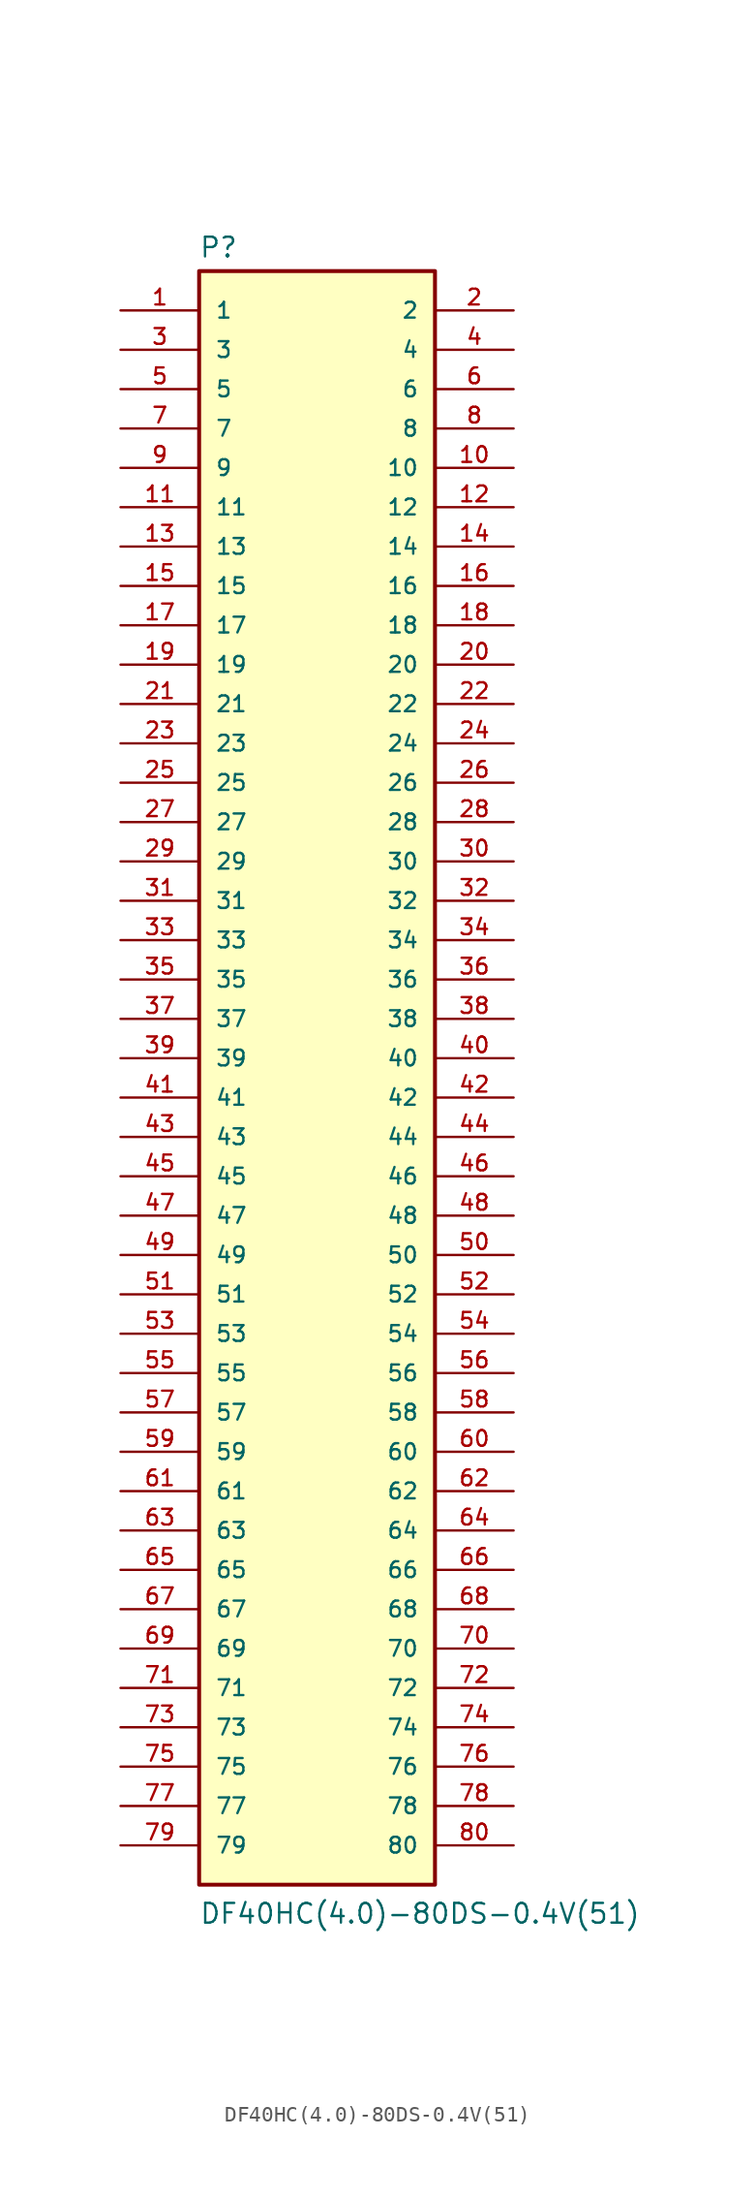
<source format=kicad_sym>
(kicad_symbol_lib
  (version 20211014)
  (generator kicad_symbol_editor)
  (symbol "DF40HC(4.0)-80DS-0.4V(51)"
    (pin_names
      (offset 1.016))
    (property "Reference" "P"
      (at -7.642 51.583 0)
      (effects (font (size 1.27 1.27)) (justify bottom left)))
    (property "Value" "DF40HC(4.0)-80DS-0.4V(51)"
      (at -7.629 -55.948 0)
      (effects (font (size 1.27 1.27)) (justify bottom left)))
    (symbol "DF40HC(4.0)-80DS-0.4V(51)_0_0"
      (rectangle (start -7.62 -53.34) (end 7.62 50.8) (stroke (width 0.254)) (fill (type background)))
      (pin passive line (at -12.7 48.26 0) (length 5.08) (name "1" (effects (font (size 1.016 1.016)))) (number "1" (effects (font (size 1.016 1.016)))))
      (pin passive line (at 12.7 48.26 180.0) (length 5.08) (name "2" (effects (font (size 1.016 1.016)))) (number "2" (effects (font (size 1.016 1.016)))))
      (pin passive line (at -12.7 45.72 0) (length 5.08) (name "3" (effects (font (size 1.016 1.016)))) (number "3" (effects (font (size 1.016 1.016)))))
      (pin passive line (at 12.7 45.72 180.0) (length 5.08) (name "4" (effects (font (size 1.016 1.016)))) (number "4" (effects (font (size 1.016 1.016)))))
      (pin passive line (at -12.7 43.18 0) (length 5.08) (name "5" (effects (font (size 1.016 1.016)))) (number "5" (effects (font (size 1.016 1.016)))))
      (pin passive line (at 12.7 43.18 180.0) (length 5.08) (name "6" (effects (font (size 1.016 1.016)))) (number "6" (effects (font (size 1.016 1.016)))))
      (pin passive line (at -12.7 40.64 0) (length 5.08) (name "7" (effects (font (size 1.016 1.016)))) (number "7" (effects (font (size 1.016 1.016)))))
      (pin passive line (at 12.7 40.64 180.0) (length 5.08) (name "8" (effects (font (size 1.016 1.016)))) (number "8" (effects (font (size 1.016 1.016)))))
      (pin passive line (at -12.7 38.1 0) (length 5.08) (name "9" (effects (font (size 1.016 1.016)))) (number "9" (effects (font (size 1.016 1.016)))))
      (pin passive line (at 12.7 38.1 180.0) (length 5.08) (name "10" (effects (font (size 1.016 1.016)))) (number "10" (effects (font (size 1.016 1.016)))))
      (pin passive line (at -12.7 35.56 0) (length 5.08) (name "11" (effects (font (size 1.016 1.016)))) (number "11" (effects (font (size 1.016 1.016)))))
      (pin passive line (at 12.7 35.56 180.0) (length 5.08) (name "12" (effects (font (size 1.016 1.016)))) (number "12" (effects (font (size 1.016 1.016)))))
      (pin passive line (at -12.7 33.02 0) (length 5.08) (name "13" (effects (font (size 1.016 1.016)))) (number "13" (effects (font (size 1.016 1.016)))))
      (pin passive line (at 12.7 33.02 180.0) (length 5.08) (name "14" (effects (font (size 1.016 1.016)))) (number "14" (effects (font (size 1.016 1.016)))))
      (pin passive line (at -12.7 30.48 0) (length 5.08) (name "15" (effects (font (size 1.016 1.016)))) (number "15" (effects (font (size 1.016 1.016)))))
      (pin passive line (at 12.7 30.48 180.0) (length 5.08) (name "16" (effects (font (size 1.016 1.016)))) (number "16" (effects (font (size 1.016 1.016)))))
      (pin passive line (at -12.7 27.94 0) (length 5.08) (name "17" (effects (font (size 1.016 1.016)))) (number "17" (effects (font (size 1.016 1.016)))))
      (pin passive line (at 12.7 27.94 180.0) (length 5.08) (name "18" (effects (font (size 1.016 1.016)))) (number "18" (effects (font (size 1.016 1.016)))))
      (pin passive line (at -12.7 25.4 0) (length 5.08) (name "19" (effects (font (size 1.016 1.016)))) (number "19" (effects (font (size 1.016 1.016)))))
      (pin passive line (at 12.7 25.4 180.0) (length 5.08) (name "20" (effects (font (size 1.016 1.016)))) (number "20" (effects (font (size 1.016 1.016)))))
      (pin passive line (at -12.7 22.86 0) (length 5.08) (name "21" (effects (font (size 1.016 1.016)))) (number "21" (effects (font (size 1.016 1.016)))))
      (pin passive line (at 12.7 22.86 180.0) (length 5.08) (name "22" (effects (font (size 1.016 1.016)))) (number "22" (effects (font (size 1.016 1.016)))))
      (pin passive line (at -12.7 20.32 0) (length 5.08) (name "23" (effects (font (size 1.016 1.016)))) (number "23" (effects (font (size 1.016 1.016)))))
      (pin passive line (at 12.7 20.32 180.0) (length 5.08) (name "24" (effects (font (size 1.016 1.016)))) (number "24" (effects (font (size 1.016 1.016)))))
      (pin passive line (at -12.7 17.78 0) (length 5.08) (name "25" (effects (font (size 1.016 1.016)))) (number "25" (effects (font (size 1.016 1.016)))))
      (pin passive line (at 12.7 17.78 180.0) (length 5.08) (name "26" (effects (font (size 1.016 1.016)))) (number "26" (effects (font (size 1.016 1.016)))))
      (pin passive line (at -12.7 15.24 0) (length 5.08) (name "27" (effects (font (size 1.016 1.016)))) (number "27" (effects (font (size 1.016 1.016)))))
      (pin passive line (at 12.7 15.24 180.0) (length 5.08) (name "28" (effects (font (size 1.016 1.016)))) (number "28" (effects (font (size 1.016 1.016)))))
      (pin passive line (at -12.7 12.7 0) (length 5.08) (name "29" (effects (font (size 1.016 1.016)))) (number "29" (effects (font (size 1.016 1.016)))))
      (pin passive line (at 12.7 12.7 180.0) (length 5.08) (name "30" (effects (font (size 1.016 1.016)))) (number "30" (effects (font (size 1.016 1.016)))))
      (pin passive line (at -12.7 10.16 0) (length 5.08) (name "31" (effects (font (size 1.016 1.016)))) (number "31" (effects (font (size 1.016 1.016)))))
      (pin passive line (at 12.7 10.16 180.0) (length 5.08) (name "32" (effects (font (size 1.016 1.016)))) (number "32" (effects (font (size 1.016 1.016)))))
      (pin passive line (at -12.7 7.62 0) (length 5.08) (name "33" (effects (font (size 1.016 1.016)))) (number "33" (effects (font (size 1.016 1.016)))))
      (pin passive line (at 12.7 7.62 180.0) (length 5.08) (name "34" (effects (font (size 1.016 1.016)))) (number "34" (effects (font (size 1.016 1.016)))))
      (pin passive line (at -12.7 5.08 0) (length 5.08) (name "35" (effects (font (size 1.016 1.016)))) (number "35" (effects (font (size 1.016 1.016)))))
      (pin passive line (at 12.7 5.08 180.0) (length 5.08) (name "36" (effects (font (size 1.016 1.016)))) (number "36" (effects (font (size 1.016 1.016)))))
      (pin passive line (at -12.7 2.54 0) (length 5.08) (name "37" (effects (font (size 1.016 1.016)))) (number "37" (effects (font (size 1.016 1.016)))))
      (pin passive line (at 12.7 2.54 180.0) (length 5.08) (name "38" (effects (font (size 1.016 1.016)))) (number "38" (effects (font (size 1.016 1.016)))))
      (pin passive line (at -12.7 0.0 0) (length 5.08) (name "39" (effects (font (size 1.016 1.016)))) (number "39" (effects (font (size 1.016 1.016)))))
      (pin passive line (at 12.7 0.0 180.0) (length 5.08) (name "40" (effects (font (size 1.016 1.016)))) (number "40" (effects (font (size 1.016 1.016)))))
      (pin passive line (at -12.7 -2.54 0) (length 5.08) (name "41" (effects (font (size 1.016 1.016)))) (number "41" (effects (font (size 1.016 1.016)))))
      (pin passive line (at 12.7 -2.54 180.0) (length 5.08) (name "42" (effects (font (size 1.016 1.016)))) (number "42" (effects (font (size 1.016 1.016)))))
      (pin passive line (at -12.7 -5.08 0) (length 5.08) (name "43" (effects (font (size 1.016 1.016)))) (number "43" (effects (font (size 1.016 1.016)))))
      (pin passive line (at 12.7 -5.08 180.0) (length 5.08) (name "44" (effects (font (size 1.016 1.016)))) (number "44" (effects (font (size 1.016 1.016)))))
      (pin passive line (at -12.7 -7.62 0) (length 5.08) (name "45" (effects (font (size 1.016 1.016)))) (number "45" (effects (font (size 1.016 1.016)))))
      (pin passive line (at 12.7 -7.62 180.0) (length 5.08) (name "46" (effects (font (size 1.016 1.016)))) (number "46" (effects (font (size 1.016 1.016)))))
      (pin passive line (at -12.7 -10.16 0) (length 5.08) (name "47" (effects (font (size 1.016 1.016)))) (number "47" (effects (font (size 1.016 1.016)))))
      (pin passive line (at 12.7 -10.16 180.0) (length 5.08) (name "48" (effects (font (size 1.016 1.016)))) (number "48" (effects (font (size 1.016 1.016)))))
      (pin passive line (at -12.7 -12.7 0) (length 5.08) (name "49" (effects (font (size 1.016 1.016)))) (number "49" (effects (font (size 1.016 1.016)))))
      (pin passive line (at 12.7 -12.7 180.0) (length 5.08) (name "50" (effects (font (size 1.016 1.016)))) (number "50" (effects (font (size 1.016 1.016)))))
      (pin passive line (at -12.7 -15.24 0) (length 5.08) (name "51" (effects (font (size 1.016 1.016)))) (number "51" (effects (font (size 1.016 1.016)))))
      (pin passive line (at 12.7 -15.24 180.0) (length 5.08) (name "52" (effects (font (size 1.016 1.016)))) (number "52" (effects (font (size 1.016 1.016)))))
      (pin passive line (at -12.7 -17.78 0) (length 5.08) (name "53" (effects (font (size 1.016 1.016)))) (number "53" (effects (font (size 1.016 1.016)))))
      (pin passive line (at 12.7 -17.78 180.0) (length 5.08) (name "54" (effects (font (size 1.016 1.016)))) (number "54" (effects (font (size 1.016 1.016)))))
      (pin passive line (at -12.7 -20.32 0) (length 5.08) (name "55" (effects (font (size 1.016 1.016)))) (number "55" (effects (font (size 1.016 1.016)))))
      (pin passive line (at 12.7 -20.32 180.0) (length 5.08) (name "56" (effects (font (size 1.016 1.016)))) (number "56" (effects (font (size 1.016 1.016)))))
      (pin passive line (at -12.7 -22.86 0) (length 5.08) (name "57" (effects (font (size 1.016 1.016)))) (number "57" (effects (font (size 1.016 1.016)))))
      (pin passive line (at 12.7 -22.86 180.0) (length 5.08) (name "58" (effects (font (size 1.016 1.016)))) (number "58" (effects (font (size 1.016 1.016)))))
      (pin passive line (at -12.7 -25.4 0) (length 5.08) (name "59" (effects (font (size 1.016 1.016)))) (number "59" (effects (font (size 1.016 1.016)))))
      (pin passive line (at 12.7 -25.4 180.0) (length 5.08) (name "60" (effects (font (size 1.016 1.016)))) (number "60" (effects (font (size 1.016 1.016)))))
      (pin passive line (at -12.7 -27.94 0) (length 5.08) (name "61" (effects (font (size 1.016 1.016)))) (number "61" (effects (font (size 1.016 1.016)))))
      (pin passive line (at 12.7 -27.94 180.0) (length 5.08) (name "62" (effects (font (size 1.016 1.016)))) (number "62" (effects (font (size 1.016 1.016)))))
      (pin passive line (at -12.7 -30.48 0) (length 5.08) (name "63" (effects (font (size 1.016 1.016)))) (number "63" (effects (font (size 1.016 1.016)))))
      (pin passive line (at 12.7 -30.48 180.0) (length 5.08) (name "64" (effects (font (size 1.016 1.016)))) (number "64" (effects (font (size 1.016 1.016)))))
      (pin passive line (at -12.7 -33.02 0) (length 5.08) (name "65" (effects (font (size 1.016 1.016)))) (number "65" (effects (font (size 1.016 1.016)))))
      (pin passive line (at 12.7 -33.02 180.0) (length 5.08) (name "66" (effects (font (size 1.016 1.016)))) (number "66" (effects (font (size 1.016 1.016)))))
      (pin passive line (at -12.7 -35.56 0) (length 5.08) (name "67" (effects (font (size 1.016 1.016)))) (number "67" (effects (font (size 1.016 1.016)))))
      (pin passive line (at 12.7 -35.56 180.0) (length 5.08) (name "68" (effects (font (size 1.016 1.016)))) (number "68" (effects (font (size 1.016 1.016)))))
      (pin passive line (at -12.7 -38.1 0) (length 5.08) (name "69" (effects (font (size 1.016 1.016)))) (number "69" (effects (font (size 1.016 1.016)))))
      (pin passive line (at 12.7 -38.1 180.0) (length 5.08) (name "70" (effects (font (size 1.016 1.016)))) (number "70" (effects (font (size 1.016 1.016)))))
      (pin passive line (at -12.7 -40.64 0) (length 5.08) (name "71" (effects (font (size 1.016 1.016)))) (number "71" (effects (font (size 1.016 1.016)))))
      (pin passive line (at 12.7 -40.64 180.0) (length 5.08) (name "72" (effects (font (size 1.016 1.016)))) (number "72" (effects (font (size 1.016 1.016)))))
      (pin passive line (at -12.7 -43.18 0) (length 5.08) (name "73" (effects (font (size 1.016 1.016)))) (number "73" (effects (font (size 1.016 1.016)))))
      (pin passive line (at 12.7 -43.18 180.0) (length 5.08) (name "74" (effects (font (size 1.016 1.016)))) (number "74" (effects (font (size 1.016 1.016)))))
      (pin passive line (at -12.7 -45.72 0) (length 5.08) (name "75" (effects (font (size 1.016 1.016)))) (number "75" (effects (font (size 1.016 1.016)))))
      (pin passive line (at 12.7 -45.72 180.0) (length 5.08) (name "76" (effects (font (size 1.016 1.016)))) (number "76" (effects (font (size 1.016 1.016)))))
      (pin passive line (at -12.7 -48.26 0) (length 5.08) (name "77" (effects (font (size 1.016 1.016)))) (number "77" (effects (font (size 1.016 1.016)))))
      (pin passive line (at 12.7 -48.26 180.0) (length 5.08) (name "78" (effects (font (size 1.016 1.016)))) (number "78" (effects (font (size 1.016 1.016)))))
      (pin passive line (at -12.7 -50.8 0) (length 5.08) (name "79" (effects (font (size 1.016 1.016)))) (number "79" (effects (font (size 1.016 1.016)))))
      (pin passive line (at 12.7 -50.8 180.0) (length 5.08) (name "80" (effects (font (size 1.016 1.016)))) (number "80" (effects (font (size 1.016 1.016))))))))
</source>
